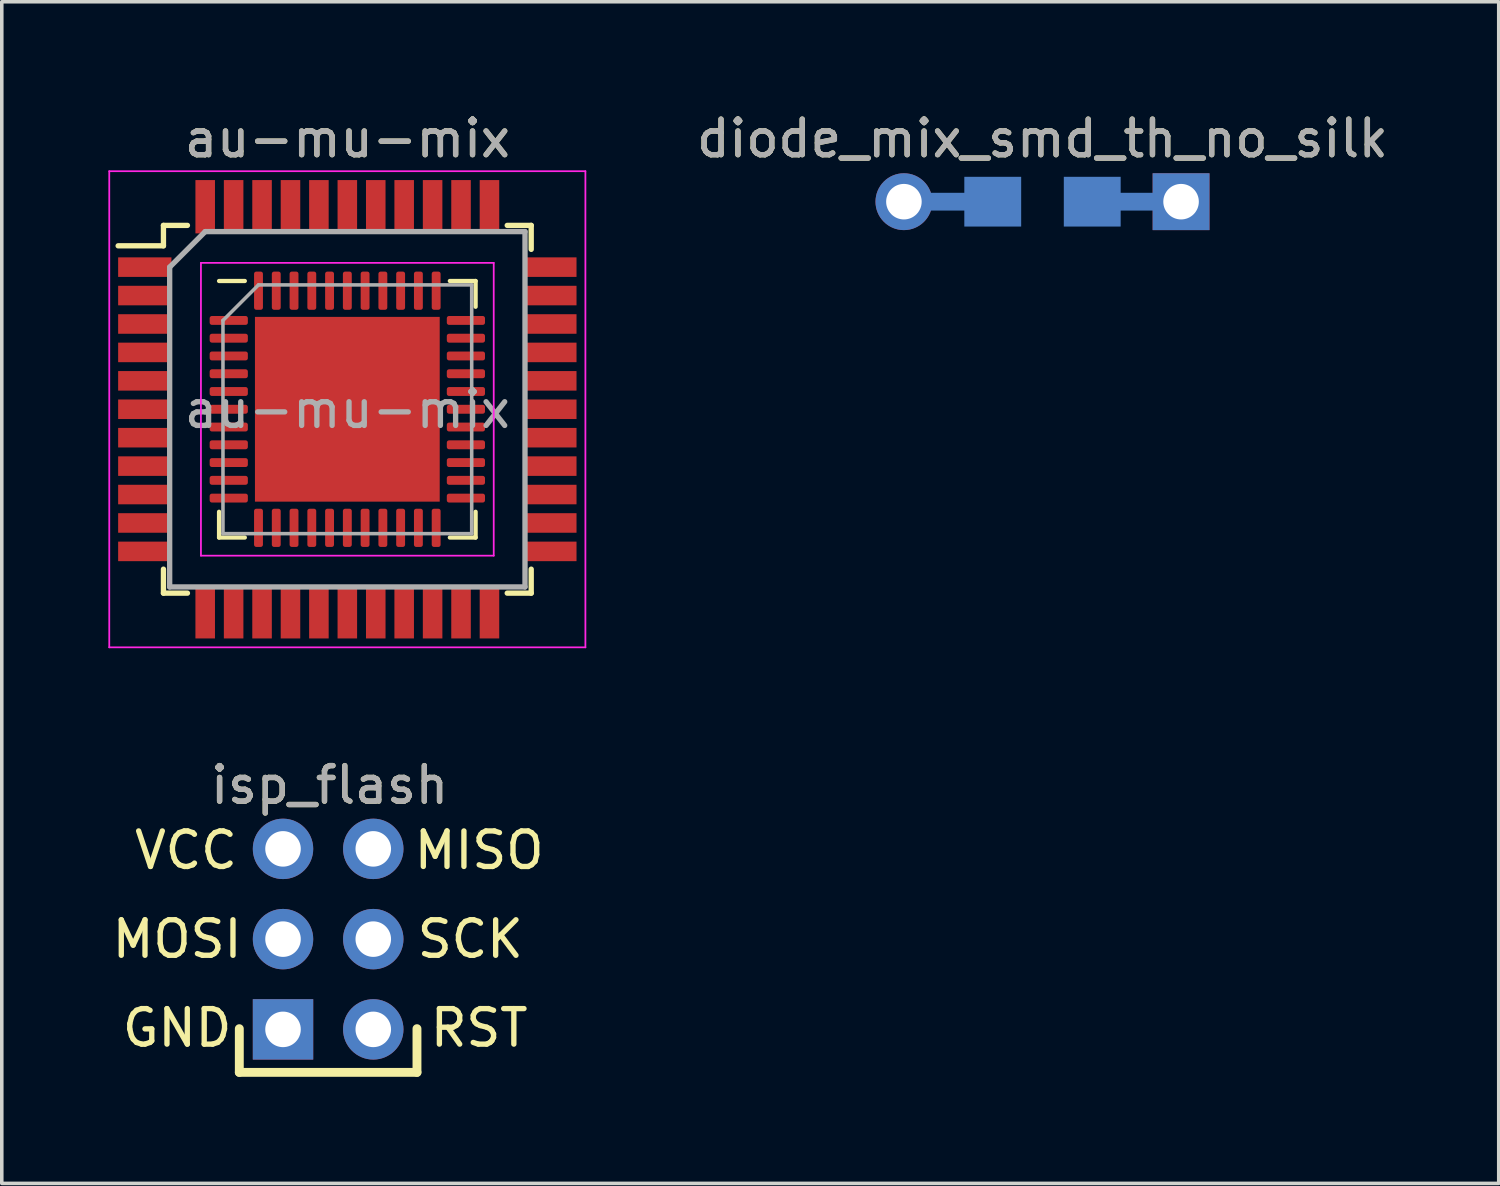
<source format=kicad_pcb>
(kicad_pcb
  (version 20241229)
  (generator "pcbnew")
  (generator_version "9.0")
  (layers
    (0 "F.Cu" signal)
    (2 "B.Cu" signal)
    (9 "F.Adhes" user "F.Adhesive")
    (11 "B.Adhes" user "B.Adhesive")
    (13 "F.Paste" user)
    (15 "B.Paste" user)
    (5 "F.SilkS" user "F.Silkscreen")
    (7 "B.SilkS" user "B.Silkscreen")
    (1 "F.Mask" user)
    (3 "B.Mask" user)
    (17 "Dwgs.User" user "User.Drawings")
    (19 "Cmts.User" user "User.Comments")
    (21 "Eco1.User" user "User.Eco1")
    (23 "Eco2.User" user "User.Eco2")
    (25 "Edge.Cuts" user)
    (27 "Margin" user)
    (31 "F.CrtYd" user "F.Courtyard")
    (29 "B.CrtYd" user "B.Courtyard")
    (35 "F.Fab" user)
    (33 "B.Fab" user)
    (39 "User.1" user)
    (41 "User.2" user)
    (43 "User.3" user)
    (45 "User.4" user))
  (footprint "diode_mix_smd_th_no_silk"
    (layer "F.Cu")
    (at 26.289 2.626)
    (property "Reference" "diode_mix_smd_th_no_silk" (at 0 -1.778 0) (unlocked yes) (layer "F.SilkS") (effects (font (size 1 1) (thickness 0.15))))
    (attr through_hole)
    (fp_text user "${REFERENCE}" (at 0 -1.778 0) (unlocked yes) (layer "F.Fab") (effects (font (size 1 1) (thickness 0.15))))
    (pad "1" smd rect (at 1.4 0) (size 1.6 1.4) (layers "B.Cu" "B.Mask" "B.Paste"))
    (pad "1" smd rect (at 2.65 0) (size 2.5 0.5) (layers "B.Cu"))
    (pad "1" thru_hole rect (at 3.9 0) (size 1.6 1.6) (drill 1) (layers "*.Cu" "*.Mask"))
    (pad "2" thru_hole circle (at -3.9 0 270) (size 1.6 1.6) (drill 1) (layers "*.Cu" "*.Mask"))
    (pad "2" smd rect (at -2.65 0) (size 2.5 0.5) (layers "B.Cu"))
    (pad "2" smd rect (at -1.4 0) (size 1.6 1.4) (layers "B.Cu" "B.Mask" "B.Paste")))
  (footprint "au-mu-mix"
    (layer "F.Cu")
    (at 6.725 8.468)
    (property "Reference" "au-mu-mix" (at 0 -7.62 0) (unlocked yes) (layer "F.SilkS") (effects (font (size 1 1) (thickness 0.15))))
    (attr smd)
    (fp_line (start -5.175 -5.175) (end -5.175 -4.6) (stroke (width 0.15) (type solid)) (layer "F.SilkS"))
    (fp_line (start -5.175 -5.175) (end -4.5 -5.175) (stroke (width 0.15) (type solid)) (layer "F.SilkS"))
    (fp_line (start -5.175 -4.6) (end -6.45 -4.6) (stroke (width 0.15) (type solid)) (layer "F.SilkS"))
    (fp_line (start -5.175 5.175) (end -5.175 4.5) (stroke (width 0.15) (type solid)) (layer "F.SilkS"))
    (fp_line (start -5.175 5.175) (end -4.5 5.175) (stroke (width 0.15) (type solid)) (layer "F.SilkS"))
    (fp_line (start -3.61 3.61) (end -3.61 2.885) (stroke (width 0.12) (type solid)) (layer "F.SilkS"))
    (fp_line (start -2.885 -3.61) (end -3.61 -3.61) (stroke (width 0.12) (type solid)) (layer "F.SilkS"))
    (fp_line (start -2.885 3.61) (end -3.61 3.61) (stroke (width 0.12) (type solid)) (layer "F.SilkS"))
    (fp_line (start 2.885 -3.61) (end 3.61 -3.61) (stroke (width 0.12) (type solid)) (layer "F.SilkS"))
    (fp_line (start 2.885 3.61) (end 3.61 3.61) (stroke (width 0.12) (type solid)) (layer "F.SilkS"))
    (fp_line (start 3.61 -3.61) (end 3.61 -2.885) (stroke (width 0.12) (type solid)) (layer "F.SilkS"))
    (fp_line (start 3.61 3.61) (end 3.61 2.885) (stroke (width 0.12) (type solid)) (layer "F.SilkS"))
    (fp_line (start 5.175 -5.175) (end 4.5 -5.175) (stroke (width 0.15) (type solid)) (layer "F.SilkS"))
    (fp_line (start 5.175 -5.175) (end 5.175 -4.5) (stroke (width 0.15) (type solid)) (layer "F.SilkS"))
    (fp_line (start 5.175 5.175) (end 4.5 5.175) (stroke (width 0.15) (type solid)) (layer "F.SilkS"))
    (fp_line (start 5.175 5.175) (end 5.175 4.5) (stroke (width 0.15) (type solid)) (layer "F.SilkS"))
    (fp_line (start -6.7 -6.7) (end -6.7 6.7) (stroke (width 0.05) (type solid)) (layer "F.CrtYd"))
    (fp_line (start -6.7 -6.7) (end 6.7 -6.7) (stroke (width 0.05) (type solid)) (layer "F.CrtYd"))
    (fp_line (start -6.7 6.7) (end 6.7 6.7) (stroke (width 0.05) (type solid)) (layer "F.CrtYd"))
    (fp_line (start -4.12 -4.12) (end -4.12 4.12) (stroke (width 0.05) (type solid)) (layer "F.CrtYd"))
    (fp_line (start -4.12 4.12) (end 4.12 4.12) (stroke (width 0.05) (type solid)) (layer "F.CrtYd"))
    (fp_line (start 4.12 -4.12) (end -4.12 -4.12) (stroke (width 0.05) (type solid)) (layer "F.CrtYd"))
    (fp_line (start 4.12 4.12) (end 4.12 -4.12) (stroke (width 0.05) (type solid)) (layer "F.CrtYd"))
    (fp_line (start 6.7 -6.7) (end 6.7 6.7) (stroke (width 0.05) (type solid)) (layer "F.CrtYd"))
    (fp_line (start -5 -4) (end -4 -5) (stroke (width 0.15) (type solid)) (layer "F.Fab"))
    (fp_line (start -5 5) (end -5 -4) (stroke (width 0.15) (type solid)) (layer "F.Fab"))
    (fp_line (start -4 -5) (end 5 -5) (stroke (width 0.15) (type solid)) (layer "F.Fab"))
    (fp_line (start -3.5 -2.5) (end -2.5 -3.5) (stroke (width 0.1) (type solid)) (layer "F.Fab"))
    (fp_line (start -3.5 3.5) (end -3.5 -2.5) (stroke (width 0.1) (type solid)) (layer "F.Fab"))
    (fp_line (start -2.5 -3.5) (end 3.5 -3.5) (stroke (width 0.1) (type solid)) (layer "F.Fab"))
    (fp_line (start 3.5 -3.5) (end 3.5 3.5) (stroke (width 0.1) (type solid)) (layer "F.Fab"))
    (fp_line (start 3.5 3.5) (end -3.5 3.5) (stroke (width 0.1) (type solid)) (layer "F.Fab"))
    (fp_line (start 5 -5) (end 5 5) (stroke (width 0.15) (type solid)) (layer "F.Fab"))
    (fp_line (start 5 5) (end -5 5) (stroke (width 0.15) (type solid)) (layer "F.Fab"))
    (fp_text user "${REFERENCE}" (at 0 -7.62 0) (layer "F.Fab") (effects (font (size 1 1) (thickness 0.15))))
    (fp_text user "${REFERENCE}" (at 0 0 0) (layer "F.Fab") (effects (font (size 1 1) (thickness 0.15))))
    (pad "" smd roundrect (at -1.95 -1.95) (size 1.05 1.05) (layers "F.Paste") (roundrect_rratio 0.238))
    (pad "" smd roundrect (at -1.95 -0.65) (size 1.05 1.05) (layers "F.Paste") (roundrect_rratio 0.238))
    (pad "" smd roundrect (at -1.95 0.65) (size 1.05 1.05) (layers "F.Paste") (roundrect_rratio 0.238))
    (pad "" smd roundrect (at -1.95 1.95) (size 1.05 1.05) (layers "F.Paste") (roundrect_rratio 0.238))
    (pad "" smd roundrect (at -0.65 -1.95) (size 1.05 1.05) (layers "F.Paste") (roundrect_rratio 0.238))
    (pad "" smd roundrect (at -0.65 -0.65) (size 1.05 1.05) (layers "F.Paste") (roundrect_rratio 0.238))
    (pad "" smd roundrect (at -0.65 0.65) (size 1.05 1.05) (layers "F.Paste") (roundrect_rratio 0.238))
    (pad "" smd roundrect (at -0.65 1.95) (size 1.05 1.05) (layers "F.Paste") (roundrect_rratio 0.238))
    (pad "" smd roundrect (at 0.65 -1.95) (size 1.05 1.05) (layers "F.Paste") (roundrect_rratio 0.238))
    (pad "" smd roundrect (at 0.65 -0.65) (size 1.05 1.05) (layers "F.Paste") (roundrect_rratio 0.238))
    (pad "" smd roundrect (at 0.65 0.65) (size 1.05 1.05) (layers "F.Paste") (roundrect_rratio 0.238))
    (pad "" smd roundrect (at 0.65 1.95) (size 1.05 1.05) (layers "F.Paste") (roundrect_rratio 0.238))
    (pad "" smd roundrect (at 1.95 -1.95) (size 1.05 1.05) (layers "F.Paste") (roundrect_rratio 0.238))
    (pad "" smd roundrect (at 1.95 -0.65) (size 1.05 1.05) (layers "F.Paste") (roundrect_rratio 0.238))
    (pad "" smd roundrect (at 1.95 0.65) (size 1.05 1.05) (layers "F.Paste") (roundrect_rratio 0.238))
    (pad "" smd roundrect (at 1.95 1.95) (size 1.05 1.05) (layers "F.Paste") (roundrect_rratio 0.238))
    (pad "1" smd rect (at -5.7 -4) (size 1.5 0.55) (layers "F.Cu" "F.Mask" "F.Paste"))
    (pad "1" smd roundrect (at -3.337 -2.5) (size 1.075 0.25) (layers "F.Cu" "F.Mask" "F.Paste") (roundrect_rratio 0.25))
    (pad "2" smd rect (at -5.7 -3.2) (size 1.5 0.55) (layers "F.Cu" "F.Mask" "F.Paste"))
    (pad "2" smd roundrect (at -3.337 -2) (size 1.075 0.25) (layers "F.Cu" "F.Mask" "F.Paste") (roundrect_rratio 0.25))
    (pad "3" smd rect (at -5.7 -2.4) (size 1.5 0.55) (layers "F.Cu" "F.Mask" "F.Paste"))
    (pad "3" smd roundrect (at -3.337 -1.5) (size 1.075 0.25) (layers "F.Cu" "F.Mask" "F.Paste") (roundrect_rratio 0.25))
    (pad "4" smd rect (at -5.7 -1.6) (size 1.5 0.55) (layers "F.Cu" "F.Mask" "F.Paste"))
    (pad "4" smd roundrect (at -3.337 -1) (size 1.075 0.25) (layers "F.Cu" "F.Mask" "F.Paste") (roundrect_rratio 0.25))
    (pad "5" smd rect (at -5.7 -0.8) (size 1.5 0.55) (layers "F.Cu" "F.Mask" "F.Paste"))
    (pad "5" smd roundrect (at -3.337 -0.5) (size 1.075 0.25) (layers "F.Cu" "F.Mask" "F.Paste") (roundrect_rratio 0.25))
    (pad "6" smd rect (at -5.7 0) (size 1.5 0.55) (layers "F.Cu" "F.Mask" "F.Paste"))
    (pad "6" smd roundrect (at -3.337 0) (size 1.075 0.25) (layers "F.Cu" "F.Mask" "F.Paste") (roundrect_rratio 0.25))
    (pad "7" smd rect (at -5.7 0.8) (size 1.5 0.55) (layers "F.Cu" "F.Mask" "F.Paste"))
    (pad "7" smd roundrect (at -3.337 0.5) (size 1.075 0.25) (layers "F.Cu" "F.Mask" "F.Paste") (roundrect_rratio 0.25))
    (pad "8" smd rect (at -5.7 1.6) (size 1.5 0.55) (layers "F.Cu" "F.Mask" "F.Paste"))
    (pad "8" smd roundrect (at -3.337 1) (size 1.075 0.25) (layers "F.Cu" "F.Mask" "F.Paste") (roundrect_rratio 0.25))
    (pad "9" smd rect (at -5.7 2.4) (size 1.5 0.55) (layers "F.Cu" "F.Mask" "F.Paste"))
    (pad "9" smd roundrect (at -3.337 1.5) (size 1.075 0.25) (layers "F.Cu" "F.Mask" "F.Paste") (roundrect_rratio 0.25))
    (pad "10" smd rect (at -5.7 3.2) (size 1.5 0.55) (layers "F.Cu" "F.Mask" "F.Paste"))
    (pad "10" smd roundrect (at -3.337 2) (size 1.075 0.25) (layers "F.Cu" "F.Mask" "F.Paste") (roundrect_rratio 0.25))
    (pad "11" smd rect (at -5.7 4) (size 1.5 0.55) (layers "F.Cu" "F.Mask" "F.Paste"))
    (pad "11" smd roundrect (at -3.337 2.5) (size 1.075 0.25) (layers "F.Cu" "F.Mask" "F.Paste") (roundrect_rratio 0.25))
    (pad "12" smd rect (at -4 5.7 90) (size 1.5 0.55) (layers "F.Cu" "F.Mask" "F.Paste"))
    (pad "12" smd roundrect (at -2.5 3.337) (size 0.25 1.075) (layers "F.Cu" "F.Mask" "F.Paste") (roundrect_rratio 0.25))
    (pad "13" smd rect (at -3.2 5.7 90) (size 1.5 0.55) (layers "F.Cu" "F.Mask" "F.Paste"))
    (pad "13" smd roundrect (at -2 3.337) (size 0.25 1.075) (layers "F.Cu" "F.Mask" "F.Paste") (roundrect_rratio 0.25))
    (pad "14" smd rect (at -2.4 5.7 90) (size 1.5 0.55) (layers "F.Cu" "F.Mask" "F.Paste"))
    (pad "14" smd roundrect (at -1.5 3.337) (size 0.25 1.075) (layers "F.Cu" "F.Mask" "F.Paste") (roundrect_rratio 0.25))
    (pad "15" smd rect (at -1.6 5.7 90) (size 1.5 0.55) (layers "F.Cu" "F.Mask" "F.Paste"))
    (pad "15" smd roundrect (at -1 3.337) (size 0.25 1.075) (layers "F.Cu" "F.Mask" "F.Paste") (roundrect_rratio 0.25))
    (pad "16" smd rect (at -0.8 5.7 90) (size 1.5 0.55) (layers "F.Cu" "F.Mask" "F.Paste"))
    (pad "16" smd roundrect (at -0.5 3.337) (size 0.25 1.075) (layers "F.Cu" "F.Mask" "F.Paste") (roundrect_rratio 0.25))
    (pad "17" smd roundrect (at 0 3.337) (size 0.25 1.075) (layers "F.Cu" "F.Mask" "F.Paste") (roundrect_rratio 0.25))
    (pad "17" smd rect (at 0 5.7 90) (size 1.5 0.55) (layers "F.Cu" "F.Mask" "F.Paste"))
    (pad "18" smd roundrect (at 0.5 3.337) (size 0.25 1.075) (layers "F.Cu" "F.Mask" "F.Paste") (roundrect_rratio 0.25))
    (pad "18" smd rect (at 0.8 5.7 90) (size 1.5 0.55) (layers "F.Cu" "F.Mask" "F.Paste"))
    (pad "19" smd roundrect (at 1 3.337) (size 0.25 1.075) (layers "F.Cu" "F.Mask" "F.Paste") (roundrect_rratio 0.25))
    (pad "19" smd rect (at 1.6 5.7 90) (size 1.5 0.55) (layers "F.Cu" "F.Mask" "F.Paste"))
    (pad "20" smd roundrect (at 1.5 3.337) (size 0.25 1.075) (layers "F.Cu" "F.Mask" "F.Paste") (roundrect_rratio 0.25))
    (pad "20" smd rect (at 2.4 5.7 90) (size 1.5 0.55) (layers "F.Cu" "F.Mask" "F.Paste"))
    (pad "21" smd roundrect (at 2 3.337) (size 0.25 1.075) (layers "F.Cu" "F.Mask" "F.Paste") (roundrect_rratio 0.25))
    (pad "21" smd rect (at 3.2 5.7 90) (size 1.5 0.55) (layers "F.Cu" "F.Mask" "F.Paste"))
    (pad "22" smd roundrect (at 2.5 3.337) (size 0.25 1.075) (layers "F.Cu" "F.Mask" "F.Paste") (roundrect_rratio 0.25))
    (pad "22" smd rect (at 4 5.7 90) (size 1.5 0.55) (layers "F.Cu" "F.Mask" "F.Paste"))
    (pad "23" smd roundrect (at 3.337 2.5) (size 1.075 0.25) (layers "F.Cu" "F.Mask" "F.Paste") (roundrect_rratio 0.25))
    (pad "23" smd rect (at 5.7 4) (size 1.5 0.55) (layers "F.Cu" "F.Mask" "F.Paste"))
    (pad "24" smd roundrect (at 3.337 2) (size 1.075 0.25) (layers "F.Cu" "F.Mask" "F.Paste") (roundrect_rratio 0.25))
    (pad "24" smd rect (at 5.7 3.2) (size 1.5 0.55) (layers "F.Cu" "F.Mask" "F.Paste"))
    (pad "25" smd roundrect (at 3.337 1.5) (size 1.075 0.25) (layers "F.Cu" "F.Mask" "F.Paste") (roundrect_rratio 0.25))
    (pad "25" smd rect (at 5.7 2.4) (size 1.5 0.55) (layers "F.Cu" "F.Mask" "F.Paste"))
    (pad "26" smd roundrect (at 3.337 1) (size 1.075 0.25) (layers "F.Cu" "F.Mask" "F.Paste") (roundrect_rratio 0.25))
    (pad "26" smd rect (at 5.7 1.6) (size 1.5 0.55) (layers "F.Cu" "F.Mask" "F.Paste"))
    (pad "27" smd roundrect (at 3.337 0.5) (size 1.075 0.25) (layers "F.Cu" "F.Mask" "F.Paste") (roundrect_rratio 0.25))
    (pad "27" smd rect (at 5.7 0.8) (size 1.5 0.55) (layers "F.Cu" "F.Mask" "F.Paste"))
    (pad "28" smd roundrect (at 3.337 0) (size 1.075 0.25) (layers "F.Cu" "F.Mask" "F.Paste") (roundrect_rratio 0.25))
    (pad "28" smd rect (at 5.7 0) (size 1.5 0.55) (layers "F.Cu" "F.Mask" "F.Paste"))
    (pad "29" smd roundrect (at 3.337 -0.5) (size 1.075 0.25) (layers "F.Cu" "F.Mask" "F.Paste") (roundrect_rratio 0.25))
    (pad "29" smd rect (at 5.7 -0.8) (size 1.5 0.55) (layers "F.Cu" "F.Mask" "F.Paste"))
    (pad "30" smd roundrect (at 3.337 -1) (size 1.075 0.25) (layers "F.Cu" "F.Mask" "F.Paste") (roundrect_rratio 0.25))
    (pad "30" smd rect (at 5.7 -1.6) (size 1.5 0.55) (layers "F.Cu" "F.Mask" "F.Paste"))
    (pad "31" smd roundrect (at 3.337 -1.5) (size 1.075 0.25) (layers "F.Cu" "F.Mask" "F.Paste") (roundrect_rratio 0.25))
    (pad "31" smd rect (at 5.7 -2.4) (size 1.5 0.55) (layers "F.Cu" "F.Mask" "F.Paste"))
    (pad "32" smd roundrect (at 3.337 -2) (size 1.075 0.25) (layers "F.Cu" "F.Mask" "F.Paste") (roundrect_rratio 0.25))
    (pad "32" smd rect (at 5.7 -3.2) (size 1.5 0.55) (layers "F.Cu" "F.Mask" "F.Paste"))
    (pad "33" smd roundrect (at 3.337 -2.5) (size 1.075 0.25) (layers "F.Cu" "F.Mask" "F.Paste") (roundrect_rratio 0.25))
    (pad "33" smd rect (at 5.7 -4) (size 1.5 0.55) (layers "F.Cu" "F.Mask" "F.Paste"))
    (pad "34" smd roundrect (at 2.5 -3.337) (size 0.25 1.075) (layers "F.Cu" "F.Mask" "F.Paste") (roundrect_rratio 0.25))
    (pad "34" smd rect (at 4 -5.7 90) (size 1.5 0.55) (layers "F.Cu" "F.Mask" "F.Paste"))
    (pad "35" smd roundrect (at 2 -3.337) (size 0.25 1.075) (layers "F.Cu" "F.Mask" "F.Paste") (roundrect_rratio 0.25))
    (pad "35" smd rect (at 3.2 -5.7 90) (size 1.5 0.55) (layers "F.Cu" "F.Mask" "F.Paste"))
    (pad "36" smd roundrect (at 1.5 -3.337) (size 0.25 1.075) (layers "F.Cu" "F.Mask" "F.Paste") (roundrect_rratio 0.25))
    (pad "36" smd rect (at 2.4 -5.7 90) (size 1.5 0.55) (layers "F.Cu" "F.Mask" "F.Paste"))
    (pad "37" smd roundrect (at 1 -3.337) (size 0.25 1.075) (layers "F.Cu" "F.Mask" "F.Paste") (roundrect_rratio 0.25))
    (pad "37" smd rect (at 1.6 -5.7 90) (size 1.5 0.55) (layers "F.Cu" "F.Mask" "F.Paste"))
    (pad "38" smd roundrect (at 0.5 -3.337) (size 0.25 1.075) (layers "F.Cu" "F.Mask" "F.Paste") (roundrect_rratio 0.25))
    (pad "38" smd rect (at 0.8 -5.7 90) (size 1.5 0.55) (layers "F.Cu" "F.Mask" "F.Paste"))
    (pad "39" smd rect (at 0 -5.7 90) (size 1.5 0.55) (layers "F.Cu" "F.Mask" "F.Paste"))
    (pad "39" smd roundrect (at 0 -3.337) (size 0.25 1.075) (layers "F.Cu" "F.Mask" "F.Paste") (roundrect_rratio 0.25))
    (pad "40" smd rect (at -0.8 -5.7 90) (size 1.5 0.55) (layers "F.Cu" "F.Mask" "F.Paste"))
    (pad "40" smd roundrect (at -0.5 -3.337) (size 0.25 1.075) (layers "F.Cu" "F.Mask" "F.Paste") (roundrect_rratio 0.25))
    (pad "41" smd rect (at -1.6 -5.7 90) (size 1.5 0.55) (layers "F.Cu" "F.Mask" "F.Paste"))
    (pad "41" smd roundrect (at -1 -3.337) (size 0.25 1.075) (layers "F.Cu" "F.Mask" "F.Paste") (roundrect_rratio 0.25))
    (pad "42" smd rect (at -2.4 -5.7 90) (size 1.5 0.55) (layers "F.Cu" "F.Mask" "F.Paste"))
    (pad "42" smd roundrect (at -1.5 -3.337) (size 0.25 1.075) (layers "F.Cu" "F.Mask" "F.Paste") (roundrect_rratio 0.25))
    (pad "43" smd rect (at -3.2 -5.7 90) (size 1.5 0.55) (layers "F.Cu" "F.Mask" "F.Paste"))
    (pad "43" smd roundrect (at -2 -3.337) (size 0.25 1.075) (layers "F.Cu" "F.Mask" "F.Paste") (roundrect_rratio 0.25))
    (pad "44" smd rect (at -4 -5.7 90) (size 1.5 0.55) (layers "F.Cu" "F.Mask" "F.Paste"))
    (pad "44" smd roundrect (at -2.5 -3.337) (size 0.25 1.075) (layers "F.Cu" "F.Mask" "F.Paste") (roundrect_rratio 0.25))
    (pad "45" smd rect (at 0 0) (size 5.2 5.2) (layers "F.Cu" "F.Mask")))
  (footprint "isp_flash"
    (layer "F.Cu")
    (at 6.225 23.36)
    (property "Reference" "isp_flash" (at 0 -4.318 0) (unlocked yes) (layer "F.SilkS") (effects (font (size 1 1) (thickness 0.15))))
    (attr through_hole)
    (fp_line (start -2.54 2.54) (end -2.54 3.77) (stroke (width 0.25) (type solid)) (layer "F.SilkS"))
    (fp_line (start -2.54 3.77) (end 2.46 3.77) (stroke (width 0.25) (type solid)) (layer "F.SilkS"))
    (fp_line (start 2.46 3.77) (end 2.46 2.54) (stroke (width 0.25) (type solid)) (layer "F.SilkS"))
    (fp_text user "GND" (at -4.29 2.52 180) (layer "F.SilkS") (effects (font (size 1 1) (thickness 0.15))))
    (fp_text user "RST" (at 4.21 2.52 180) (layer "F.SilkS") (effects (font (size 1 1) (thickness 0.15))))
    (fp_text user "VCC" (at -4.04 -2.48 180) (layer "F.SilkS") (effects (font (size 1 1) (thickness 0.15))))
    (fp_text user "SCK" (at 3.96 0.02 180) (layer "F.SilkS") (effects (font (size 1 1) (thickness 0.15))))
    (fp_text user "MISO" (at 4.21 -2.48 180) (layer "F.SilkS") (effects (font (size 1 1) (thickness 0.15))))
    (fp_text user "MOSI" (at -4.29 0.02 180) (layer "F.SilkS") (effects (font (size 1 1) (thickness 0.15))))
    (fp_text user "${REFERENCE}" (at 0 -4.318 0) (unlocked yes) (layer "F.Fab") (effects (font (size 1 1) (thickness 0.15))))
    (pad "1" thru_hole circle (at 1.23 -2.52) (size 1.7 1.7) (drill 1) (layers "*.Cu" "B.Mask"))
    (pad "2" thru_hole circle (at -1.31 -2.52) (size 1.7 1.7) (drill 1) (layers "*.Cu" "B.Mask"))
    (pad "3" thru_hole circle (at 1.23 0.02) (size 1.7 1.7) (drill 1) (layers "*.Cu" "B.Mask"))
    (pad "4" thru_hole circle (at -1.31 0.02) (size 1.7 1.7) (drill 1) (layers "*.Cu" "B.Mask"))
    (pad "5" thru_hole circle (at 1.23 2.56) (size 1.7 1.7) (drill 1) (layers "*.Cu" "B.Mask"))
    (pad "6" thru_hole rect (at -1.31 2.56) (size 1.7 1.7) (drill 1) (layers "*.Cu" "B.Mask")))
  (gr_rect
    (start -3 -3)
    (end 39.129 30.255)
    (stroke (width 0.1) (type default))
    (fill no)
    (layer "Edge.Cuts")))
</source>
